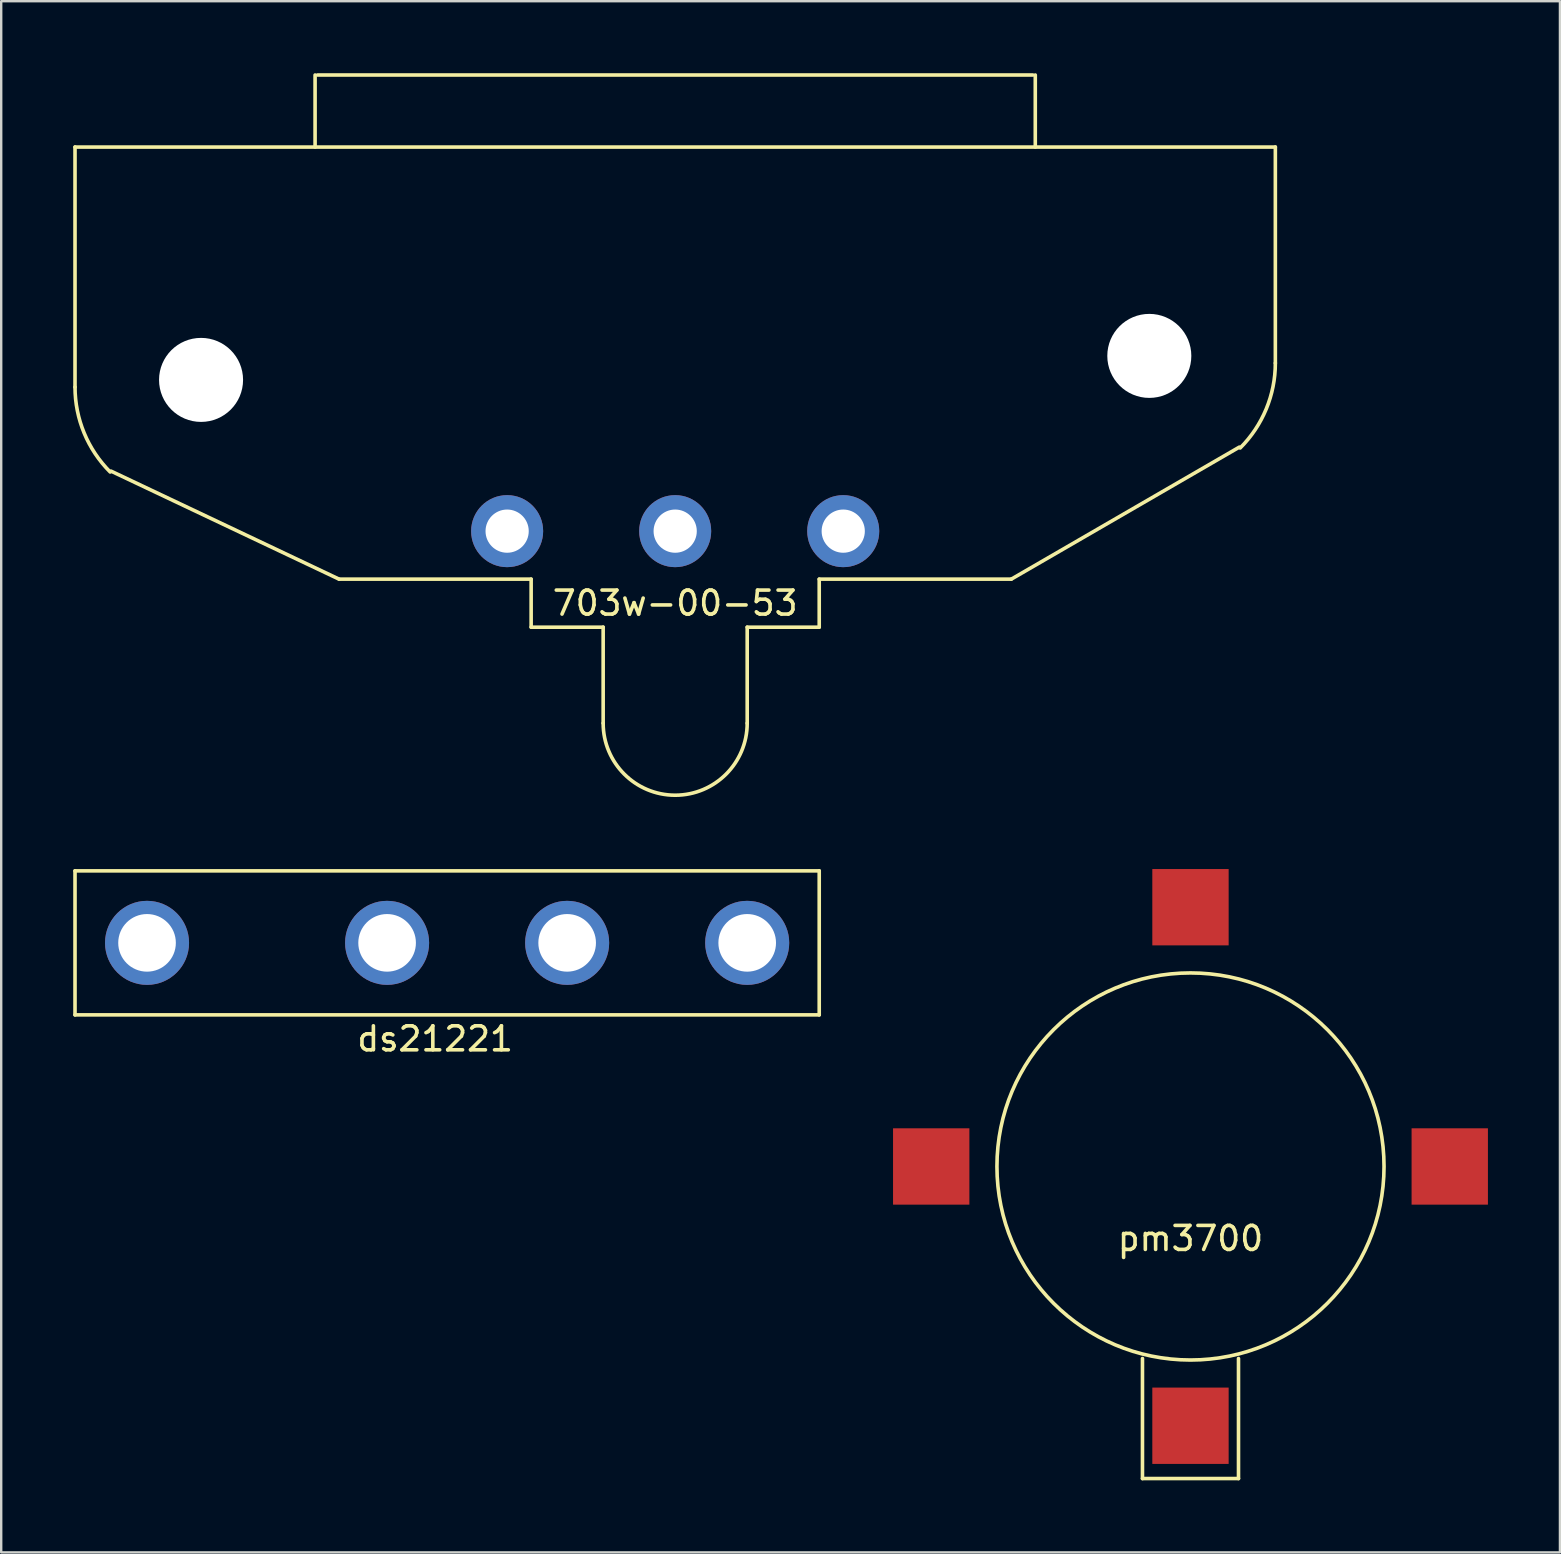
<source format=kicad_pcb>
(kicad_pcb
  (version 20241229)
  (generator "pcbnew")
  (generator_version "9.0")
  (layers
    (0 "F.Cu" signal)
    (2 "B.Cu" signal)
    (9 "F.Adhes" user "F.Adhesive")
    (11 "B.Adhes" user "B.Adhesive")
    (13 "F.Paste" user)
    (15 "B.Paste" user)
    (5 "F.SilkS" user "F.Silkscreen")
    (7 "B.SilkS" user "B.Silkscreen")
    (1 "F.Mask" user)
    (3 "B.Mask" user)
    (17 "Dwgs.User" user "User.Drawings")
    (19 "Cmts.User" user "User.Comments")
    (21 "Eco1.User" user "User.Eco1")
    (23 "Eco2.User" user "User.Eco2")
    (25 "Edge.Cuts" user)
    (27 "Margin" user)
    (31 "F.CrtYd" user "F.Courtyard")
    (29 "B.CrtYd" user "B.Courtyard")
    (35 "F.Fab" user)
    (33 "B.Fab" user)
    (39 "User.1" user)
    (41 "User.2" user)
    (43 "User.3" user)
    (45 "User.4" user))
  (footprint "ds21221"
    (layer "F.Cu")
    (at 17.075 36.225)
    (property "Reference" "ds21221" (at -2 4 0) (layer "F.SilkS") (effects (font (size 1 1) (thickness 0.15))))
    (attr through_hole)
    (fp_line (start -17 -3) (end -17 3) (stroke (width 0.15) (type solid)) (layer "F.SilkS"))
    (fp_line (start -17 3) (end 14 3) (stroke (width 0.15) (type solid)) (layer "F.SilkS"))
    (fp_line (start 14 -3) (end -17 -3) (stroke (width 0.15) (type solid)) (layer "F.SilkS"))
    (fp_line (start 14 3) (end 14 -3) (stroke (width 0.15) (type solid)) (layer "F.SilkS"))
    (pad "1" thru_hole circle (at -14 0) (size 3.5 3.5) (drill 2.4) (layers "*.Cu" "*.Mask"))
    (pad "2" thru_hole circle (at -4 0) (size 3.5 3.5) (drill 2.4) (layers "*.Cu" "*.Mask"))
    (pad "3" thru_hole circle (at 3.5 0) (size 3.5 3.5) (drill 2.4) (layers "*.Cu" "*.Mask"))
    (pad "4" thru_hole circle (at 11 0) (size 3.5 3.5) (drill 2.4) (layers "*.Cu" "*.Mask")))
  (footprint "pm3700"
    (layer "F.Cu")
    (at 46.54 45.54)
    (property "Reference" "pm3700" (at 0 3 0) (layer "F.SilkS") (effects (font (size 1 1) (thickness 0.15))))
    (attr through_hole)
    (fp_line (start -2 8) (end -2 13) (stroke (width 0.15) (type solid)) (layer "F.SilkS"))
    (fp_line (start -2 13) (end 2 13) (stroke (width 0.15) (type solid)) (layer "F.SilkS"))
    (fp_line (start 2 13) (end 2 8) (stroke (width 0.15) (type solid)) (layer "F.SilkS"))
    (fp_circle (center 0 0) (end 7 -4) (stroke (width 0.15) (type solid)) (fill no) (layer "F.SilkS"))
    (pad "1" smd rect (at 0 10.8) (size 3.18 3.18) (layers "F.Cu" "F.Mask" "F.Paste"))
    (pad "2" smd rect (at 10.8 0) (size 3.18 3.18) (layers "F.Cu" "F.Mask" "F.Paste"))
    (pad "3" smd rect (at 0 -10.8) (size 3.18 3.18) (layers "F.Cu" "F.Mask" "F.Paste"))
    (pad "4" smd rect (at -10.8 0) (size 3.18 3.18) (layers "F.Cu" "F.Mask" "F.Paste")))
  (footprint "703w-00-53"
    (layer "F.Cu")
    (at 25.075 19.075)
    (property "Reference" "703w-00-53" (at 0 3 0) (layer "F.SilkS") (effects (font (size 1 1) (thickness 0.15))))
    (attr through_hole)
    (fp_line (start -25 -16) (end -25 -6) (stroke (width 0.15) (type solid)) (layer "F.SilkS"))
    (fp_line (start -23.5 -2.5) (end -14 2) (stroke (width 0.15) (type solid)) (layer "F.SilkS"))
    (fp_line (start -15 -19) (end -15 -16) (stroke (width 0.15) (type solid)) (layer "F.SilkS"))
    (fp_line (start -14 2) (end -6 2) (stroke (width 0.15) (type solid)) (layer "F.SilkS"))
    (fp_line (start -6 2) (end -6 4) (stroke (width 0.15) (type solid)) (layer "F.SilkS"))
    (fp_line (start -6 4) (end -3 4) (stroke (width 0.15) (type solid)) (layer "F.SilkS"))
    (fp_line (start -3 4) (end -3 8) (stroke (width 0.15) (type solid)) (layer "F.SilkS"))
    (fp_line (start 3 4) (end 6 4) (stroke (width 0.15) (type solid)) (layer "F.SilkS"))
    (fp_line (start 3 8) (end 3 4) (stroke (width 0.15) (type solid)) (layer "F.SilkS"))
    (fp_line (start 6 2) (end 14 2) (stroke (width 0.15) (type solid)) (layer "F.SilkS"))
    (fp_line (start 6 4) (end 6 2) (stroke (width 0.15) (type solid)) (layer "F.SilkS"))
    (fp_line (start 14 2) (end 23.5 -3.5) (stroke (width 0.15) (type solid)) (layer "F.SilkS"))
    (fp_line (start 14.9 -19) (end -14.9 -19) (stroke (width 0.15) (type solid)) (layer "F.SilkS"))
    (fp_line (start 15 -19) (end 15 -16) (stroke (width 0.15) (type solid)) (layer "F.SilkS"))
    (fp_line (start 25 -16) (end -25 -16) (stroke (width 0.15) (type solid)) (layer "F.SilkS"))
    (fp_line (start 25 -16) (end 25 -7) (stroke (width 0.15) (type solid)) (layer "F.SilkS"))
    (fp_arc (start -23.535534 -2.464466) (mid -24.619398 -4.086583) (end -25 -6) (stroke (width 0.15) (type solid)) (layer "F.SilkS"))
    (fp_arc (start 3 8) (mid 0 11) (end -3 8) (stroke (width 0.15) (type solid)) (layer "F.SilkS"))
    (fp_arc (start 25 -7) (mid 24.619398 -5.086583) (end 23.535534 -3.464466) (stroke (width 0.15) (type solid)) (layer "F.SilkS"))
    (pad "" np_thru_hole circle (at -19.75 -6.3) (size 3.5 3.5) (drill 3.5) (layers "*.Cu" "*.Mask"))
    (pad "" np_thru_hole circle (at 19.75 -7.3) (size 3.5 3.5) (drill 3.5) (layers "*.Cu" "*.Mask"))
    (pad "1" thru_hole circle (at 7 0) (size 3 3) (drill 1.8) (layers "*.Cu" "*.Mask"))
    (pad "2" thru_hole circle (at 0 0) (size 3 3) (drill 1.8) (layers "*.Cu" "*.Mask"))
    (pad "3" thru_hole circle (at -7 0) (size 3 3) (drill 1.8) (layers "*.Cu" "*.Mask")))
  (gr_rect
    (start -3 -3)
    (end 61.93 61.615)
    (stroke (width 0.1) (type default))
    (fill no)
    (layer "Edge.Cuts")))
</source>
